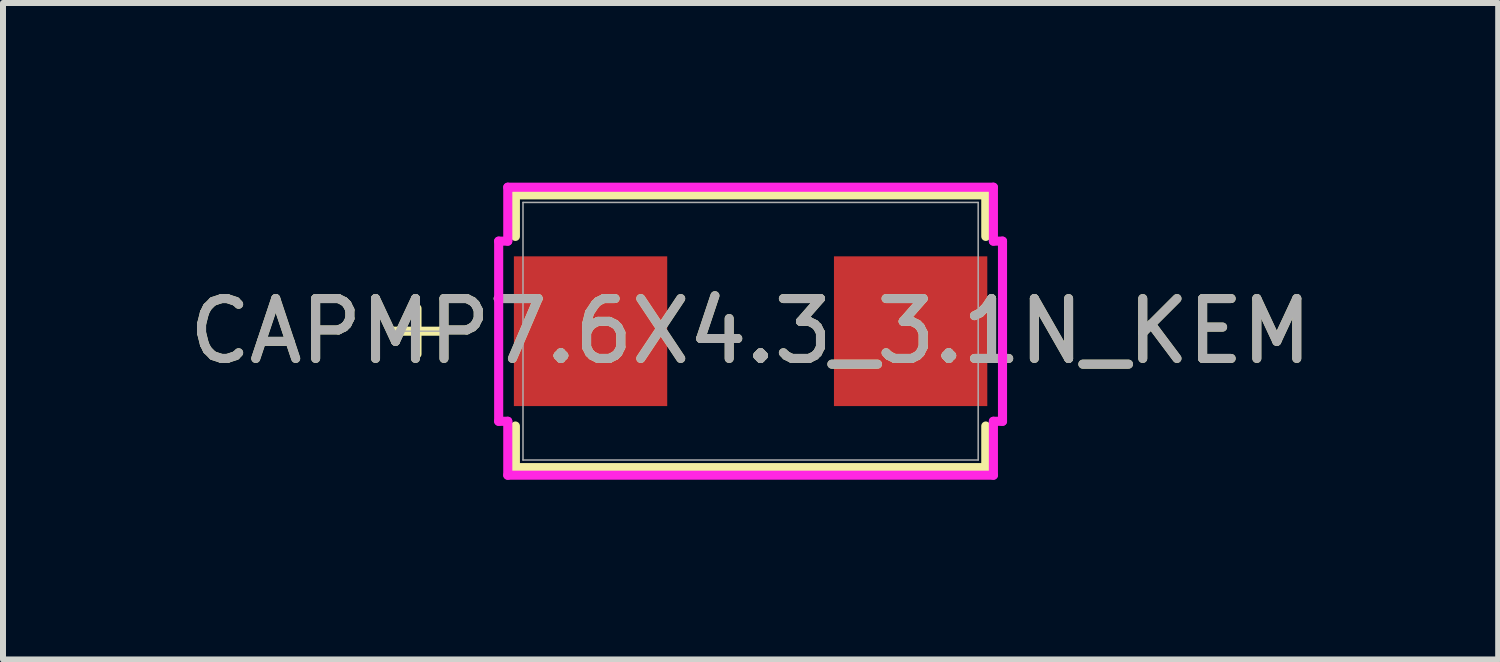
<source format=kicad_pcb>
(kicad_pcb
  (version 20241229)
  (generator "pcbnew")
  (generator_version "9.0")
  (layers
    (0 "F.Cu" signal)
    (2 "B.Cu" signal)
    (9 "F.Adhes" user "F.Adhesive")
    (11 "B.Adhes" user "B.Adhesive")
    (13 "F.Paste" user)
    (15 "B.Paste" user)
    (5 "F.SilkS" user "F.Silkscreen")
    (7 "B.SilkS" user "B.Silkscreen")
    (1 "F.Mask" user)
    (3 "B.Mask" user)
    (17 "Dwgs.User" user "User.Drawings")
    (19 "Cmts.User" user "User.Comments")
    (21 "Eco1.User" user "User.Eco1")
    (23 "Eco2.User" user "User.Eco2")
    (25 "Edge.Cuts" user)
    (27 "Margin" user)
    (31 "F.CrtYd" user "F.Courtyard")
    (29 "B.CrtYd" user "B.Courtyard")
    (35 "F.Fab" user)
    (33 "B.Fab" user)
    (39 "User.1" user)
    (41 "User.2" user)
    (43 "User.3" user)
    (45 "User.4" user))
  (footprint "CAPMP7.6X4.3_3.1N_KEM"
    (layer "F.Cu")
    (at 9.482 2.48)
    (property "Reference" "CAPMP7.6X4.3_3.1N_KEM" (at 0 0 0) (unlocked yes) (layer "F.SilkS") (effects (font (size 1 1) (thickness 0.15))))
    (attr smd)
    (fp_line (start -5.57 -0.381) (end -5.57 0.381) (stroke (width 0.152) (type solid)) (layer "F.SilkS"))
    (fp_line (start -5.189 0) (end -5.951 0) (stroke (width 0.152) (type solid)) (layer "F.SilkS"))
    (fp_line (start -3.927 -2.277) (end -3.927 -1.583) (stroke (width 0.152) (type solid)) (layer "F.SilkS"))
    (fp_line (start -3.927 1.583) (end -3.927 2.277) (stroke (width 0.152) (type solid)) (layer "F.SilkS"))
    (fp_line (start -3.927 2.277) (end 3.927 2.277) (stroke (width 0.152) (type solid)) (layer "F.SilkS"))
    (fp_line (start 3.927 -2.277) (end -3.927 -2.277) (stroke (width 0.152) (type solid)) (layer "F.SilkS"))
    (fp_line (start 3.927 -1.583) (end 3.927 -2.277) (stroke (width 0.152) (type solid)) (layer "F.SilkS"))
    (fp_line (start 3.927 2.277) (end 3.927 1.583) (stroke (width 0.152) (type solid)) (layer "F.SilkS"))
    (fp_line (start -4.206 -1.504) (end -4.054 -1.504) (stroke (width 0.152) (type solid)) (layer "F.CrtYd"))
    (fp_line (start -4.206 1.504) (end -4.206 -1.504) (stroke (width 0.152) (type solid)) (layer "F.CrtYd"))
    (fp_line (start -4.054 -2.404) (end 4.054 -2.404) (stroke (width 0.152) (type solid)) (layer "F.CrtYd"))
    (fp_line (start -4.054 -1.504) (end -4.054 -2.404) (stroke (width 0.152) (type solid)) (layer "F.CrtYd"))
    (fp_line (start -4.054 1.504) (end -4.206 1.504) (stroke (width 0.152) (type solid)) (layer "F.CrtYd"))
    (fp_line (start -4.054 2.404) (end -4.054 1.504) (stroke (width 0.152) (type solid)) (layer "F.CrtYd"))
    (fp_line (start 4.054 -2.404) (end 4.054 -1.504) (stroke (width 0.152) (type solid)) (layer "F.CrtYd"))
    (fp_line (start 4.054 -1.504) (end 4.206 -1.504) (stroke (width 0.152) (type solid)) (layer "F.CrtYd"))
    (fp_line (start 4.054 1.504) (end 4.054 2.404) (stroke (width 0.152) (type solid)) (layer "F.CrtYd"))
    (fp_line (start 4.054 2.404) (end -4.054 2.404) (stroke (width 0.152) (type solid)) (layer "F.CrtYd"))
    (fp_line (start 4.206 -1.504) (end 4.206 1.504) (stroke (width 0.152) (type solid)) (layer "F.CrtYd"))
    (fp_line (start 4.206 1.504) (end 4.054 1.504) (stroke (width 0.152) (type solid)) (layer "F.CrtYd"))
    (fp_line (start -5.57 -0.381) (end -5.57 0.381) (stroke (width 0.025) (type solid)) (layer "F.Fab"))
    (fp_line (start -5.189 0) (end -5.951 0) (stroke (width 0.025) (type solid)) (layer "F.Fab"))
    (fp_line (start -3.8 -2.15) (end -3.8 2.15) (stroke (width 0.025) (type solid)) (layer "F.Fab"))
    (fp_line (start -3.8 2.15) (end 3.8 2.15) (stroke (width 0.025) (type solid)) (layer "F.Fab"))
    (fp_line (start 3.8 -2.15) (end -3.8 -2.15) (stroke (width 0.025) (type solid)) (layer "F.Fab"))
    (fp_line (start 3.8 2.15) (end 3.8 -2.15) (stroke (width 0.025) (type solid)) (layer "F.Fab"))
    (fp_text user "${REFERENCE}" (at 0 0 0) (unlocked yes) (layer "F.Fab") (effects (font (size 1 1) (thickness 0.15))))
    (pad "1" smd rect (at -2.672 0 90) (size 2.5 2.56) (layers "F.Cu" "F.Mask" "F.Paste"))
    (pad "2" smd rect (at 2.672 0 90) (size 2.5 2.56) (layers "F.Cu" "F.Mask" "F.Paste"))
    (zone (net_name "") (layer "F.Cu") (hatch full 0.508) (connect_pads) (min_thickness 0.254) (filled_areas_thickness no) (keepout (tracks not_allowed) (vias not_allowed) (pads allowed) (copperpour not_allowed) (footprints allowed)) (placement (enabled no)) (fill) (polygon (pts (xy 5.733 0.381) (xy 13.231 0.381) (xy 13.231 1.179) (xy 5.733 1.179))))
    (zone (net_name "") (layer "F.Cu") (hatch full 0.508) (connect_pads) (min_thickness 0.254) (filled_areas_thickness no) (keepout (tracks not_allowed) (vias not_allowed) (pads allowed) (copperpour not_allowed) (footprints allowed)) (placement (enabled no)) (fill) (polygon (pts (xy 5.733 3.781) (xy 13.231 3.781) (xy 13.231 4.579) (xy 5.733 4.579))))
    (zone (net_name "") (layer "F.Cu") (hatch full 0.508) (connect_pads) (min_thickness 0.254) (filled_areas_thickness no) (keepout (tracks not_allowed) (vias not_allowed) (pads allowed) (copperpour not_allowed) (footprints allowed)) (placement (enabled no)) (fill) (polygon (pts (xy 7.841 1.179) (xy 11.123 1.179) (xy 11.123 3.781) (xy 7.841 3.781)))))
  (gr_rect
    (start -3 -3)
    (end 21.964 7.96)
    (stroke (width 0.1) (type default))
    (fill no)
    (layer "Edge.Cuts")))
</source>
